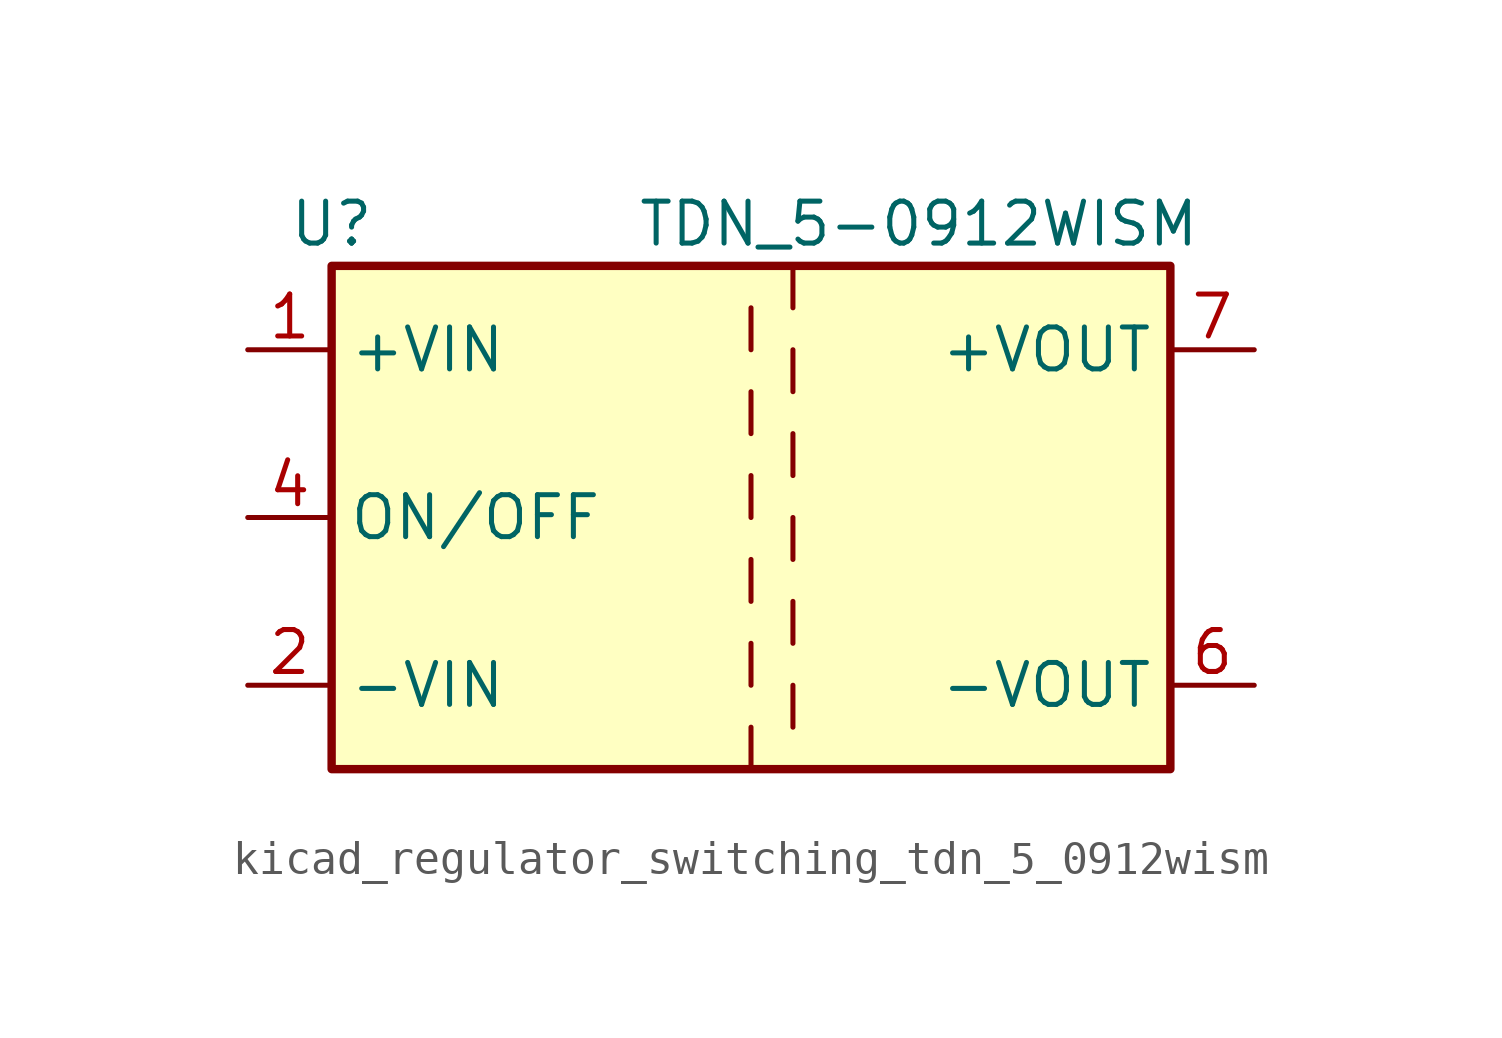
<source format=kicad_sym>
(kicad_symbol_lib
  (version 20220914)
  (generator kicad_symbol_editor)
  (symbol "kicad_regulator_switching_tdn_5_0912wism"
    (property "Reference" "U"
      (at -12.7 8.89 0)
      (effects (font (size 1.27 1.27))))
    (property "Value" "TDN_5-0912WISM"
      (at 5.08 8.89 0)
      (effects (font (size 1.27 1.27))))
    (symbol "kicad_regulator_switching_tdn_5_0912wism_0_1"
      (rectangle (start -12.7 7.62) (end 12.7 -7.62) (stroke (width 0.254) (type default)) (fill (type background))))
    (symbol "kicad_regulator_switching_tdn_5_0912wism_1_1"
      (polyline (pts (xy 0 -6.35) (xy 0 -7.62)) (stroke (width 0) (type default)) (fill (type none)))
      (polyline (pts (xy 0 -3.81) (xy 0 -5.08)) (stroke (width 0) (type default)) (fill (type none)))
      (polyline (pts (xy 0 -1.27) (xy 0 -2.54)) (stroke (width 0) (type default)) (fill (type none)))
      (polyline (pts (xy 0 1.27) (xy 0 0)) (stroke (width 0) (type default)) (fill (type none)))
      (polyline (pts (xy 0 3.81) (xy 0 2.54)) (stroke (width 0) (type default)) (fill (type none)))
      (polyline (pts (xy 0 6.35) (xy 0 5.08)) (stroke (width 0) (type default)) (fill (type none)))
      (polyline (pts (xy 1.27 -5.08) (xy 1.27 -6.35)) (stroke (width 0) (type default)) (fill (type none)))
      (polyline (pts (xy 1.27 -2.54) (xy 1.27 -3.81)) (stroke (width 0) (type default)) (fill (type none)))
      (polyline (pts (xy 1.27 0) (xy 1.27 -1.27)) (stroke (width 0) (type default)) (fill (type none)))
      (polyline (pts (xy 1.27 2.54) (xy 1.27 1.27)) (stroke (width 0) (type default)) (fill (type none)))
      (polyline (pts (xy 1.27 5.08) (xy 1.27 3.81)) (stroke (width 0) (type default)) (fill (type none)))
      (polyline (pts (xy 1.27 7.62) (xy 1.27 6.35)) (stroke (width 0) (type default)) (fill (type none)))
      (pin power_in line (at -15.24 5.08 0) (length 2.54) (name "+VIN" (effects (font (size 1.27 1.27)))) (number "1" (effects (font (size 1.27 1.27)))))
      (pin power_in line (at -15.24 -5.08 0) (length 2.54) (name "-VIN" (effects (font (size 1.27 1.27)))) (number "2" (effects (font (size 1.27 1.27)))))
      (pin input line (at -15.24 0 0) (length 2.54) (name "ON/OFF" (effects (font (size 1.27 1.27)))) (number "4" (effects (font (size 1.27 1.27)))))
      (pin no_connect line (at 12.7 2.54 180) (length 2.54) hide (name "NC" (effects (font (size 1.27 1.27)))) (number "5" (effects (font (size 1.27 1.27)))))
      (pin power_out line (at 15.24 -5.08 180) (length 2.54) (name "-VOUT" (effects (font (size 1.27 1.27)))) (number "6" (effects (font (size 1.27 1.27)))))
      (pin power_out line (at 15.24 5.08 180) (length 2.54) (name "+VOUT" (effects (font (size 1.27 1.27)))) (number "7" (effects (font (size 1.27 1.27))))))))
</source>
